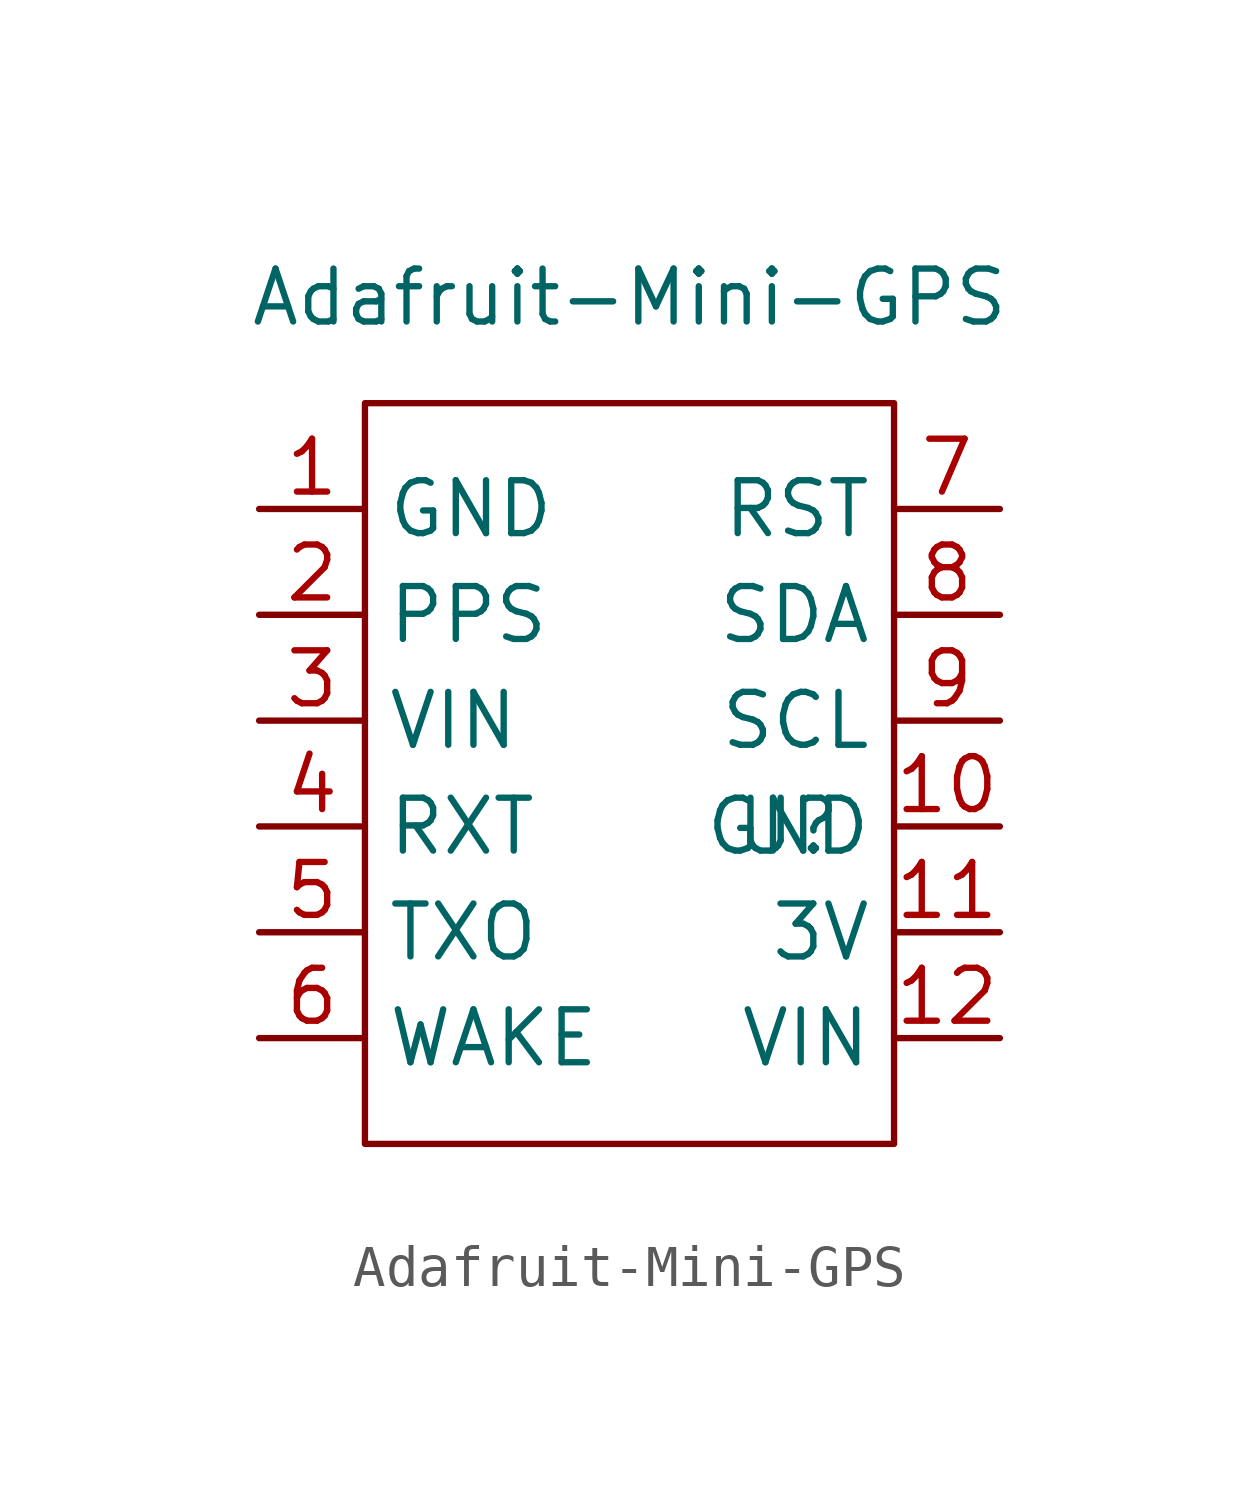
<source format=kicad_sym>
(kicad_symbol_lib
  (version 20211014)
  (generator kicad_symbol_editor)
  (symbol "Adafruit-Mini-GPS"
    (property "Reference" "U"
      (at 0 0 0)
      (effects (font (size 1.27 1.27))))
    (property "Value" "Adafruit-Mini-GPS"
      (at -3.81 12.7 0)
      (effects (font (size 1.27 1.27))))
    (symbol "Adafruit-Mini-GPS_0_1"
      (rectangle (start -10.16 10.16) (end 2.54 -7.62) (stroke (width 0) (type default) (color 0 0 0 0)) (fill (type none))))
    (symbol "Adafruit-Mini-GPS_1_1"
      (pin input line (at -12.7 7.62 0) (length 2.54) (name "GND" (effects (font (size 1.27 1.27)))) (number "1" (effects (font (size 1.27 1.27)))))
      (pin input line (at 5.08 0 180) (length 2.54) (name "GND" (effects (font (size 1.27 1.27)))) (number "10" (effects (font (size 1.27 1.27)))))
      (pin input line (at 5.08 -2.54 180) (length 2.54) (name "3V" (effects (font (size 1.27 1.27)))) (number "11" (effects (font (size 1.27 1.27)))))
      (pin input line (at 5.08 -5.08 180) (length 2.54) (name "VIN" (effects (font (size 1.27 1.27)))) (number "12" (effects (font (size 1.27 1.27)))))
      (pin input line (at -12.7 5.08 0) (length 2.54) (name "PPS" (effects (font (size 1.27 1.27)))) (number "2" (effects (font (size 1.27 1.27)))))
      (pin input line (at -12.7 2.54 0) (length 2.54) (name "VIN" (effects (font (size 1.27 1.27)))) (number "3" (effects (font (size 1.27 1.27)))))
      (pin input line (at -12.7 0 0) (length 2.54) (name "RXT" (effects (font (size 1.27 1.27)))) (number "4" (effects (font (size 1.27 1.27)))))
      (pin input line (at -12.7 -2.54 0) (length 2.54) (name "TXO" (effects (font (size 1.27 1.27)))) (number "5" (effects (font (size 1.27 1.27)))))
      (pin input line (at -12.7 -5.08 0) (length 2.54) (name "WAKE" (effects (font (size 1.27 1.27)))) (number "6" (effects (font (size 1.27 1.27)))))
      (pin input line (at 5.08 7.62 180) (length 2.54) (name "RST" (effects (font (size 1.27 1.27)))) (number "7" (effects (font (size 1.27 1.27)))))
      (pin input line (at 5.08 5.08 180) (length 2.54) (name "SDA" (effects (font (size 1.27 1.27)))) (number "8" (effects (font (size 1.27 1.27)))))
      (pin input line (at 5.08 2.54 180) (length 2.54) (name "SCL" (effects (font (size 1.27 1.27)))) (number "9" (effects (font (size 1.27 1.27))))))))
</source>
